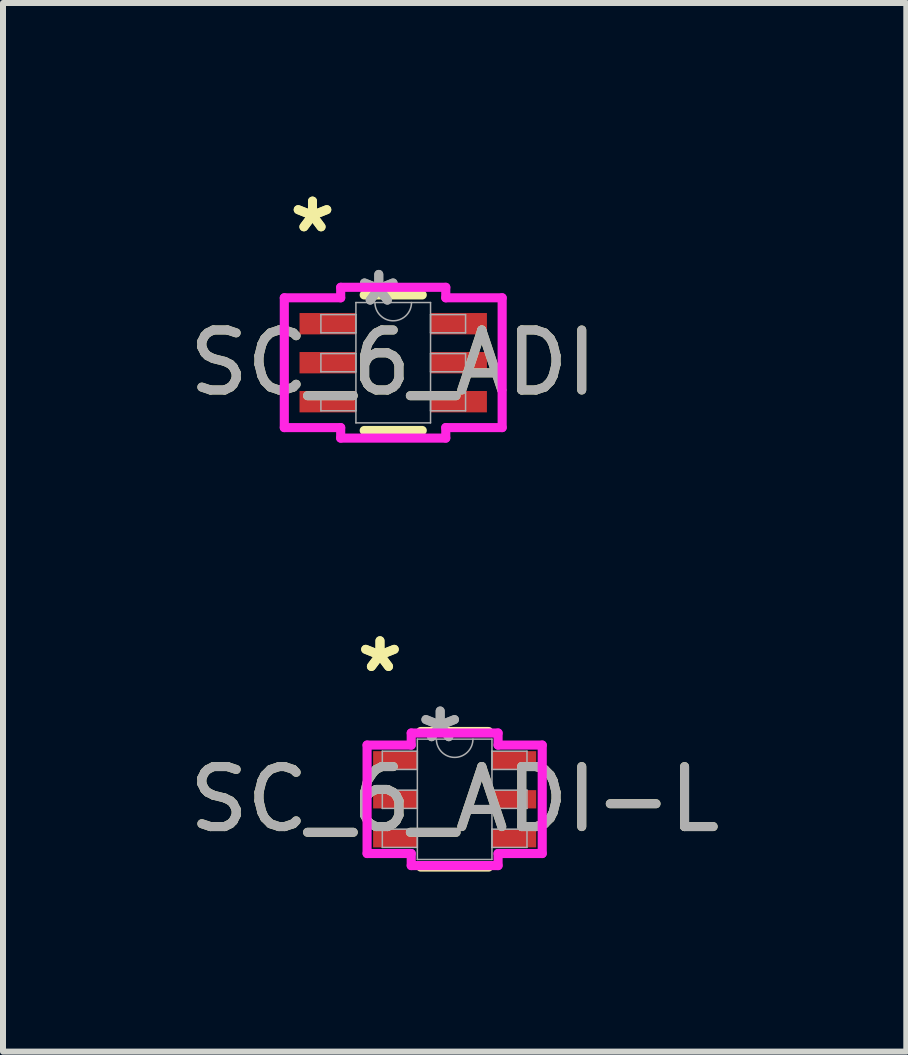
<source format=kicad_pcb>
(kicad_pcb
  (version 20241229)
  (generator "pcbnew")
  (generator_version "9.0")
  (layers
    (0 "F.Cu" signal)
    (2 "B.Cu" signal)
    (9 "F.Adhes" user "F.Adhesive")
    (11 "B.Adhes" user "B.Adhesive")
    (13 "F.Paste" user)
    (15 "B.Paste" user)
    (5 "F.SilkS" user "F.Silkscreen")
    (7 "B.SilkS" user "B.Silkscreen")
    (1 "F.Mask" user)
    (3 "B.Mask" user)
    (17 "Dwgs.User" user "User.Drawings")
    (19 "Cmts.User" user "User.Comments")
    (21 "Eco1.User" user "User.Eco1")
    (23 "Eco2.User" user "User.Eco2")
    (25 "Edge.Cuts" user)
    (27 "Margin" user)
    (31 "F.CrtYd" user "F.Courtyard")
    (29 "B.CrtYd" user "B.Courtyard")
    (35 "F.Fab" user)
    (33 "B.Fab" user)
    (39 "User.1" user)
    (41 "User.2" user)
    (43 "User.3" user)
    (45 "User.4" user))
  (footprint "SC_6_ADI-L"
    (layer "F.Cu")
    (at 4.53 10.276)
    (property "Reference" "SC_6_ADI-L" (at 0 0 0) (unlocked yes) (layer "F.SilkS") (effects (font (size 1 1) (thickness 0.15))))
    (attr smd)
    (fp_line (start -0.566 1.13) (end 0.566 1.13) (stroke (width 0.152) (type solid)) (layer "F.SilkS"))
    (fp_line (start 0.566 -1.13) (end -0.566 -1.13) (stroke (width 0.152) (type solid)) (layer "F.SilkS"))
    (fp_line (start -1.46 -0.904) (end -0.724 -0.904) (stroke (width 0.152) (type solid)) (layer "F.CrtYd"))
    (fp_line (start -1.46 0.904) (end -1.46 -0.904) (stroke (width 0.152) (type solid)) (layer "F.CrtYd"))
    (fp_line (start -1.46 0.904) (end -0.724 0.904) (stroke (width 0.152) (type solid)) (layer "F.CrtYd"))
    (fp_line (start -0.724 -1.105) (end 0.724 -1.105) (stroke (width 0.152) (type solid)) (layer "F.CrtYd"))
    (fp_line (start -0.724 -0.904) (end -0.724 -1.105) (stroke (width 0.152) (type solid)) (layer "F.CrtYd"))
    (fp_line (start -0.724 1.105) (end -0.724 0.904) (stroke (width 0.152) (type solid)) (layer "F.CrtYd"))
    (fp_line (start 0.724 -1.105) (end 0.724 -0.904) (stroke (width 0.152) (type solid)) (layer "F.CrtYd"))
    (fp_line (start 0.724 0.904) (end 0.724 1.105) (stroke (width 0.152) (type solid)) (layer "F.CrtYd"))
    (fp_line (start 0.724 1.105) (end -0.724 1.105) (stroke (width 0.152) (type solid)) (layer "F.CrtYd"))
    (fp_line (start 1.46 -0.904) (end 0.724 -0.904) (stroke (width 0.152) (type solid)) (layer "F.CrtYd"))
    (fp_line (start 1.46 -0.904) (end 1.46 0.904) (stroke (width 0.152) (type solid)) (layer "F.CrtYd"))
    (fp_line (start 1.46 0.904) (end 0.724 0.904) (stroke (width 0.152) (type solid)) (layer "F.CrtYd"))
    (fp_line (start -1.206 -0.802) (end -1.206 -0.498) (stroke (width 0.025) (type solid)) (layer "F.Fab"))
    (fp_line (start -1.206 -0.498) (end -0.622 -0.498) (stroke (width 0.025) (type solid)) (layer "F.Fab"))
    (fp_line (start -1.206 -0.152) (end -1.206 0.152) (stroke (width 0.025) (type solid)) (layer "F.Fab"))
    (fp_line (start -1.206 0.152) (end -0.622 0.152) (stroke (width 0.025) (type solid)) (layer "F.Fab"))
    (fp_line (start -1.206 0.498) (end -1.206 0.802) (stroke (width 0.025) (type solid)) (layer "F.Fab"))
    (fp_line (start -1.206 0.802) (end -0.622 0.802) (stroke (width 0.025) (type solid)) (layer "F.Fab"))
    (fp_line (start -0.622 -1.003) (end -0.622 1.003) (stroke (width 0.025) (type solid)) (layer "F.Fab"))
    (fp_line (start -0.622 -0.802) (end -1.206 -0.802) (stroke (width 0.025) (type solid)) (layer "F.Fab"))
    (fp_line (start -0.622 -0.498) (end -0.622 -0.802) (stroke (width 0.025) (type solid)) (layer "F.Fab"))
    (fp_line (start -0.622 -0.152) (end -1.206 -0.152) (stroke (width 0.025) (type solid)) (layer "F.Fab"))
    (fp_line (start -0.622 0.152) (end -0.622 -0.152) (stroke (width 0.025) (type solid)) (layer "F.Fab"))
    (fp_line (start -0.622 0.498) (end -1.206 0.498) (stroke (width 0.025) (type solid)) (layer "F.Fab"))
    (fp_line (start -0.622 0.802) (end -0.622 0.498) (stroke (width 0.025) (type solid)) (layer "F.Fab"))
    (fp_line (start -0.622 1.003) (end 0.622 1.003) (stroke (width 0.025) (type solid)) (layer "F.Fab"))
    (fp_line (start 0.622 -1.003) (end -0.622 -1.003) (stroke (width 0.025) (type solid)) (layer "F.Fab"))
    (fp_line (start 0.622 -0.802) (end 0.622 -0.498) (stroke (width 0.025) (type solid)) (layer "F.Fab"))
    (fp_line (start 0.622 -0.498) (end 1.206 -0.498) (stroke (width 0.025) (type solid)) (layer "F.Fab"))
    (fp_line (start 0.622 -0.152) (end 0.622 0.152) (stroke (width 0.025) (type solid)) (layer "F.Fab"))
    (fp_line (start 0.622 0.152) (end 1.206 0.152) (stroke (width 0.025) (type solid)) (layer "F.Fab"))
    (fp_line (start 0.622 0.498) (end 0.622 0.802) (stroke (width 0.025) (type solid)) (layer "F.Fab"))
    (fp_line (start 0.622 0.802) (end 1.206 0.802) (stroke (width 0.025) (type solid)) (layer "F.Fab"))
    (fp_line (start 0.622 1.003) (end 0.622 -1.003) (stroke (width 0.025) (type solid)) (layer "F.Fab"))
    (fp_line (start 1.206 -0.802) (end 0.622 -0.802) (stroke (width 0.025) (type solid)) (layer "F.Fab"))
    (fp_line (start 1.206 -0.498) (end 1.206 -0.802) (stroke (width 0.025) (type solid)) (layer "F.Fab"))
    (fp_line (start 1.206 -0.152) (end 0.622 -0.152) (stroke (width 0.025) (type solid)) (layer "F.Fab"))
    (fp_line (start 1.206 0.152) (end 1.206 -0.152) (stroke (width 0.025) (type solid)) (layer "F.Fab"))
    (fp_line (start 1.206 0.498) (end 0.622 0.498) (stroke (width 0.025) (type solid)) (layer "F.Fab"))
    (fp_line (start 1.206 0.802) (end 1.206 0.498) (stroke (width 0.025) (type solid)) (layer "F.Fab"))
    (fp_arc (start 0.3048 -1.0033) (mid 0 -0.6985) (end -0.3048 -1.0033) (stroke (width 0.0254) (type solid)) (layer "F.Fab"))
    (fp_text user "*" (at -1.245 -2.098 0) (layer "F.SilkS") (effects (font (size 1 1) (thickness 0.15))))
    (fp_text user "*" (at -1.245 -2.098 0) (unlocked yes) (layer "F.SilkS") (effects (font (size 1 1) (thickness 0.15))))
    (fp_text user "*" (at -0.241 -0.927 0) (unlocked yes) (layer "F.Fab") (effects (font (size 1 1) (thickness 0.15))))
    (fp_text user "*" (at -0.241 -0.927 0) (layer "F.Fab") (effects (font (size 1 1) (thickness 0.15))))
    (fp_text user "${REFERENCE}" (at 0 0 0) (unlocked yes) (layer "F.Fab") (effects (font (size 1 1) (thickness 0.15))))
    (pad "1" smd rect (at -0.991 -0.65) (size 0.737 0.305) (layers "F.Cu" "F.Mask" "F.Paste"))
    (pad "2" smd rect (at -0.991 0) (size 0.737 0.305) (layers "F.Cu" "F.Mask" "F.Paste"))
    (pad "3" smd rect (at -0.991 0.65) (size 0.737 0.305) (layers "F.Cu" "F.Mask" "F.Paste"))
    (pad "4" smd rect (at 0.991 0.65) (size 0.737 0.305) (layers "F.Cu" "F.Mask" "F.Paste"))
    (pad "5" smd rect (at 0.991 0) (size 0.737 0.305) (layers "F.Cu" "F.Mask" "F.Paste"))
    (pad "6" smd rect (at 0.991 -0.65) (size 0.737 0.305) (layers "F.Cu" "F.Mask" "F.Paste")))
  (footprint "SC_6_ADI"
    (layer "F.Cu")
    (at 3.506 2.997)
    (property "Reference" "SC_6_ADI" (at 0 0 0) (unlocked yes) (layer "F.SilkS") (effects (font (size 1 1) (thickness 0.15))))
    (attr smd)
    (fp_line (start -0.484 1.13) (end 0.484 1.13) (stroke (width 0.152) (type solid)) (layer "F.SilkS"))
    (fp_line (start 0.484 -1.13) (end -0.484 -1.13) (stroke (width 0.152) (type solid)) (layer "F.SilkS"))
    (fp_line (start -1.816 -1.082) (end -0.876 -1.082) (stroke (width 0.152) (type solid)) (layer "F.CrtYd"))
    (fp_line (start -1.816 1.082) (end -1.816 -1.082) (stroke (width 0.152) (type solid)) (layer "F.CrtYd"))
    (fp_line (start -1.816 1.082) (end -0.876 1.082) (stroke (width 0.152) (type solid)) (layer "F.CrtYd"))
    (fp_line (start -0.876 -1.257) (end 0.876 -1.257) (stroke (width 0.152) (type solid)) (layer "F.CrtYd"))
    (fp_line (start -0.876 -1.082) (end -0.876 -1.257) (stroke (width 0.152) (type solid)) (layer "F.CrtYd"))
    (fp_line (start -0.876 1.257) (end -0.876 1.082) (stroke (width 0.152) (type solid)) (layer "F.CrtYd"))
    (fp_line (start 0.876 -1.257) (end 0.876 -1.082) (stroke (width 0.152) (type solid)) (layer "F.CrtYd"))
    (fp_line (start 0.876 1.082) (end 0.876 1.257) (stroke (width 0.152) (type solid)) (layer "F.CrtYd"))
    (fp_line (start 0.876 1.257) (end -0.876 1.257) (stroke (width 0.152) (type solid)) (layer "F.CrtYd"))
    (fp_line (start 1.816 -1.082) (end 0.876 -1.082) (stroke (width 0.152) (type solid)) (layer "F.CrtYd"))
    (fp_line (start 1.816 -1.082) (end 1.816 1.082) (stroke (width 0.152) (type solid)) (layer "F.CrtYd"))
    (fp_line (start 1.816 1.082) (end 0.876 1.082) (stroke (width 0.152) (type solid)) (layer "F.CrtYd"))
    (fp_line (start -1.206 -0.802) (end -1.206 -0.498) (stroke (width 0.025) (type solid)) (layer "F.Fab"))
    (fp_line (start -1.206 -0.498) (end -0.622 -0.498) (stroke (width 0.025) (type solid)) (layer "F.Fab"))
    (fp_line (start -1.206 -0.152) (end -1.206 0.152) (stroke (width 0.025) (type solid)) (layer "F.Fab"))
    (fp_line (start -1.206 0.152) (end -0.622 0.152) (stroke (width 0.025) (type solid)) (layer "F.Fab"))
    (fp_line (start -1.206 0.498) (end -1.206 0.802) (stroke (width 0.025) (type solid)) (layer "F.Fab"))
    (fp_line (start -1.206 0.802) (end -0.622 0.802) (stroke (width 0.025) (type solid)) (layer "F.Fab"))
    (fp_line (start -0.622 -1.003) (end -0.622 1.003) (stroke (width 0.025) (type solid)) (layer "F.Fab"))
    (fp_line (start -0.622 -0.802) (end -1.206 -0.802) (stroke (width 0.025) (type solid)) (layer "F.Fab"))
    (fp_line (start -0.622 -0.498) (end -0.622 -0.802) (stroke (width 0.025) (type solid)) (layer "F.Fab"))
    (fp_line (start -0.622 -0.152) (end -1.206 -0.152) (stroke (width 0.025) (type solid)) (layer "F.Fab"))
    (fp_line (start -0.622 0.152) (end -0.622 -0.152) (stroke (width 0.025) (type solid)) (layer "F.Fab"))
    (fp_line (start -0.622 0.498) (end -1.206 0.498) (stroke (width 0.025) (type solid)) (layer "F.Fab"))
    (fp_line (start -0.622 0.802) (end -0.622 0.498) (stroke (width 0.025) (type solid)) (layer "F.Fab"))
    (fp_line (start -0.622 1.003) (end 0.622 1.003) (stroke (width 0.025) (type solid)) (layer "F.Fab"))
    (fp_line (start 0.622 -1.003) (end -0.622 -1.003) (stroke (width 0.025) (type solid)) (layer "F.Fab"))
    (fp_line (start 0.622 -0.802) (end 0.622 -0.498) (stroke (width 0.025) (type solid)) (layer "F.Fab"))
    (fp_line (start 0.622 -0.498) (end 1.206 -0.498) (stroke (width 0.025) (type solid)) (layer "F.Fab"))
    (fp_line (start 0.622 -0.152) (end 0.622 0.152) (stroke (width 0.025) (type solid)) (layer "F.Fab"))
    (fp_line (start 0.622 0.152) (end 1.206 0.152) (stroke (width 0.025) (type solid)) (layer "F.Fab"))
    (fp_line (start 0.622 0.498) (end 0.622 0.802) (stroke (width 0.025) (type solid)) (layer "F.Fab"))
    (fp_line (start 0.622 0.802) (end 1.206 0.802) (stroke (width 0.025) (type solid)) (layer "F.Fab"))
    (fp_line (start 0.622 1.003) (end 0.622 -1.003) (stroke (width 0.025) (type solid)) (layer "F.Fab"))
    (fp_line (start 1.206 -0.802) (end 0.622 -0.802) (stroke (width 0.025) (type solid)) (layer "F.Fab"))
    (fp_line (start 1.206 -0.498) (end 1.206 -0.802) (stroke (width 0.025) (type solid)) (layer "F.Fab"))
    (fp_line (start 1.206 -0.152) (end 0.622 -0.152) (stroke (width 0.025) (type solid)) (layer "F.Fab"))
    (fp_line (start 1.206 0.152) (end 1.206 -0.152) (stroke (width 0.025) (type solid)) (layer "F.Fab"))
    (fp_line (start 1.206 0.498) (end 0.622 0.498) (stroke (width 0.025) (type solid)) (layer "F.Fab"))
    (fp_line (start 1.206 0.802) (end 1.206 0.498) (stroke (width 0.025) (type solid)) (layer "F.Fab"))
    (fp_arc (start 0.3048 -1.0033) (mid 0 -0.6985) (end -0.3048 -1.0033) (stroke (width 0.0254) (type solid)) (layer "F.Fab"))
    (fp_text user "*" (at -1.346 -2.149 0) (layer "F.SilkS") (effects (font (size 1 1) (thickness 0.15))))
    (fp_text user "*" (at -1.346 -2.149 0) (unlocked yes) (layer "F.SilkS") (effects (font (size 1 1) (thickness 0.15))))
    (fp_text user "${REFERENCE}" (at 0 0 0) (unlocked yes) (layer "F.Fab") (effects (font (size 1 1) (thickness 0.15))))
    (fp_text user "*" (at -0.241 -0.927 0) (unlocked yes) (layer "F.Fab") (effects (font (size 1 1) (thickness 0.15))))
    (fp_text user "*" (at -0.241 -0.927 0) (layer "F.Fab") (effects (font (size 1 1) (thickness 0.15))))
    (pad "1" smd rect (at -1.092 -0.65) (size 0.94 0.356) (layers "F.Cu" "F.Mask" "F.Paste"))
    (pad "2" smd rect (at -1.092 0) (size 0.94 0.356) (layers "F.Cu" "F.Mask" "F.Paste"))
    (pad "3" smd rect (at -1.092 0.65) (size 0.94 0.356) (layers "F.Cu" "F.Mask" "F.Paste"))
    (pad "4" smd rect (at 1.092 0.65) (size 0.94 0.356) (layers "F.Cu" "F.Mask" "F.Paste"))
    (pad "5" smd rect (at 1.092 0) (size 0.94 0.356) (layers "F.Cu" "F.Mask" "F.Paste"))
    (pad "6" smd rect (at 1.092 -0.65) (size 0.94 0.356) (layers "F.Cu" "F.Mask" "F.Paste")))
  (gr_rect
    (start -3 -3)
    (end 12.06 14.483)
    (stroke (width 0.1) (type default))
    (fill no)
    (layer "Edge.Cuts")))
</source>
